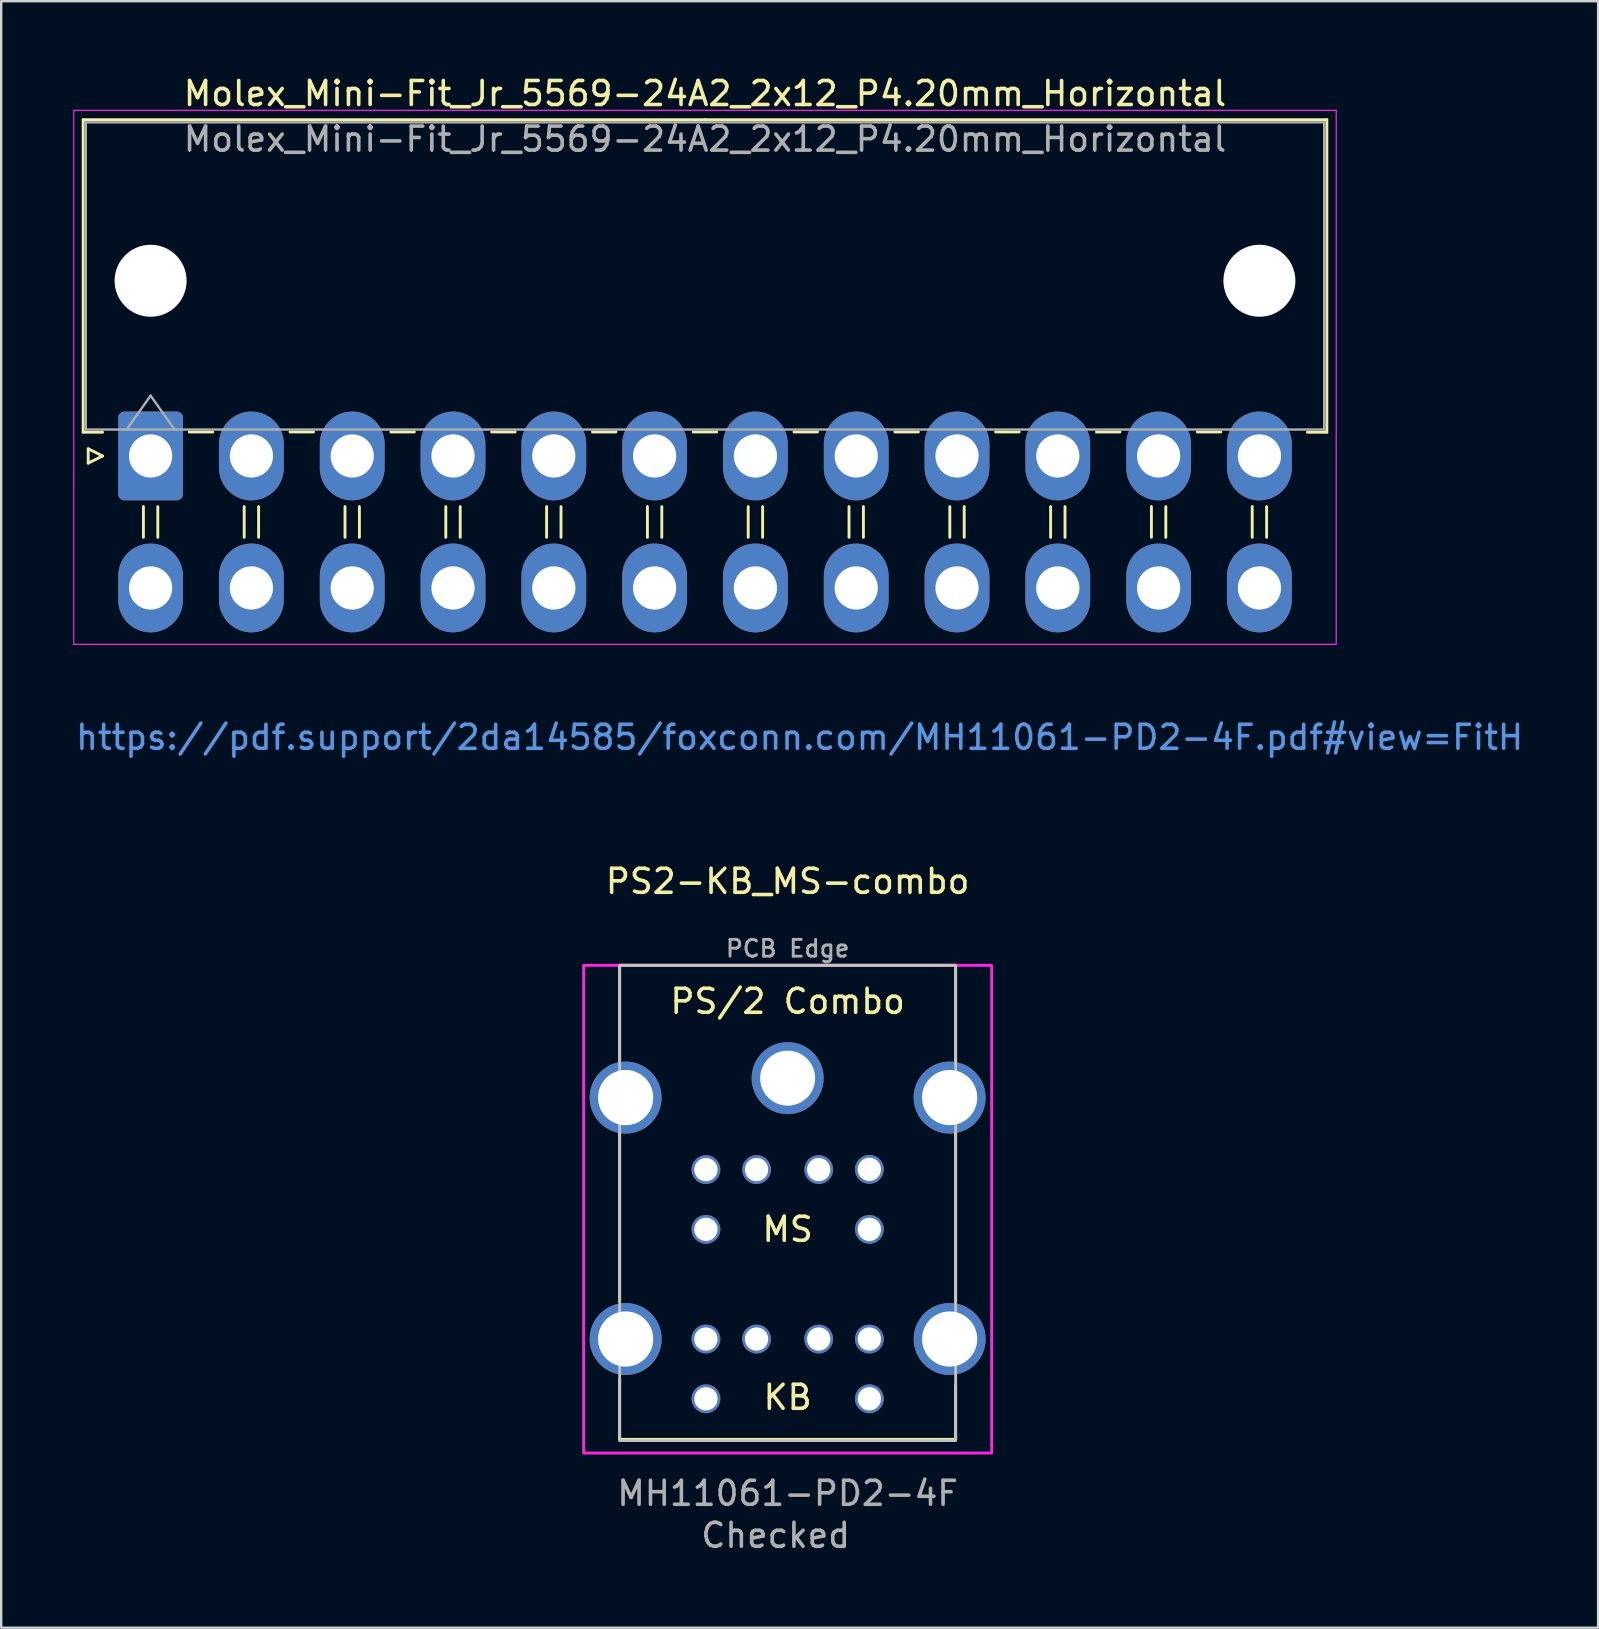
<source format=kicad_pcb>
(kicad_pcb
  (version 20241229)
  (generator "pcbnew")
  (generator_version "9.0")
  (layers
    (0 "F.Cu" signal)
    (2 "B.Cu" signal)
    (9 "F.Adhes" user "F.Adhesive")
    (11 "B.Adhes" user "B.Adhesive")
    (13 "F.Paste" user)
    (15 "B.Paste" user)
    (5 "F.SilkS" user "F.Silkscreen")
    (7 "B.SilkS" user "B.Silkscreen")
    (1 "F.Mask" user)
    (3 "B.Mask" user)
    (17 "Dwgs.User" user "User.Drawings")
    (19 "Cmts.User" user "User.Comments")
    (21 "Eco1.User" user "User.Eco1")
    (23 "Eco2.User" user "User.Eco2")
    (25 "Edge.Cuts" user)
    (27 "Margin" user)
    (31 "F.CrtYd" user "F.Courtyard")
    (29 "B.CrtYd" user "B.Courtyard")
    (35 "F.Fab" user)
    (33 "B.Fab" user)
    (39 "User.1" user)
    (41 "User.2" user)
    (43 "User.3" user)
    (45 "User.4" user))
  (footprint "PS2-KB_MS-combo"
    (layer "F.Cu")
    (at 22.768 37.172)
    (property "Reference" "PS2-KB_MS-combo" (at 7 -3.5 0) (unlocked yes) (layer "F.SilkS") (effects (font (size 1 1) (thickness 0.15))))
    (attr through_hole)
    (fp_line (start 0 0) (end 0 4) (stroke (width 0.12) (type solid)) (layer "F.SilkS"))
    (fp_line (start 0 0) (end 14 0) (stroke (width 0.12) (type solid)) (layer "F.SilkS"))
    (fp_line (start 0 7) (end 0 14) (stroke (width 0.12) (type solid)) (layer "F.SilkS"))
    (fp_line (start 0 17.25) (end 0 19.75) (stroke (width 0.12) (type solid)) (layer "F.SilkS"))
    (fp_line (start 0 19.75) (end 14 19.75) (stroke (width 0.12) (type solid)) (layer "F.SilkS"))
    (fp_line (start 14 0) (end 14 4) (stroke (width 0.12) (type solid)) (layer "F.SilkS"))
    (fp_line (start 14 7) (end 14 14) (stroke (width 0.12) (type solid)) (layer "F.SilkS"))
    (fp_line (start 14 17.5) (end 14 19.75) (stroke (width 0.12) (type solid)) (layer "F.SilkS"))
    (fp_rect (start 0 0) (end 14 19.8) (stroke (width 0.12) (type solid)) (fill no) (layer "Dwgs.User"))
    (fp_rect (start -1.5 0) (end 15.5 20.32) (stroke (width 0.12) (type solid)) (fill no) (layer "F.CrtYd"))
    (fp_text user "MS" (at 7 11 0) (unlocked yes) (layer "F.SilkS") (effects (font (size 1 1) (thickness 0.15))))
    (fp_text user "PS/2 Combo" (at 7 1.5 0) (unlocked yes) (layer "F.SilkS") (effects (font (size 1 1) (thickness 0.15))))
    (fp_text user "KB" (at 7 18 0) (unlocked yes) (layer "F.SilkS") (effects (font (size 1 1) (thickness 0.15))))
    (fp_text user "https://pdf.support/2da14585/foxconn.com/MH11061-PD2-4F.pdf#view=FitH" (at 7.5 -9.5 0) (layer "Cmts.User") (effects (font (size 1 1) (thickness 0.15))))
    (fp_text user "Checked" (at 6.5 23.75 0) (layer "F.Fab") (effects (font (size 1 1) (thickness 0.15))))
    (fp_text user "MH11061-PD2-4F" (at 7 22 0) (layer "F.Fab") (effects (font (size 1 1) (thickness 0.15))))
    (fp_text user "PCB Edge" (at 7 -0.7 0) (unlocked yes) (layer "F.Fab") (effects (font (size 0.7 0.7) (thickness 0.12))))
    (pad "1" thru_hole circle (at 8.295 8.51) (size 1.2 1.2) (drill 0.97) (layers "*.Cu" "*.Mask"))
    (pad "2" thru_hole circle (at 5.705 8.51) (size 1.2 1.2) (drill 0.97) (layers "*.Cu" "*.Mask"))
    (pad "3" thru_hole circle (at 10.405 8.5) (size 1.2 1.2) (drill 0.97) (layers "*.Cu" "*.Mask"))
    (pad "4" thru_hole circle (at 3.595 8.51) (size 1.2 1.2) (drill 0.97) (layers "*.Cu" "*.Mask"))
    (pad "5" thru_hole circle (at 10.405 11) (size 1.2 1.2) (drill 0.97) (layers "*.Cu" "*.Mask"))
    (pad "6" thru_hole circle (at 3.595 11) (size 1.2 1.2) (drill 0.97) (layers "*.Cu" "*.Mask"))
    (pad "7" thru_hole circle (at 8.295 15.57) (size 1.2 1.2) (drill 0.97) (layers "*.Cu" "*.Mask"))
    (pad "8" thru_hole circle (at 5.705 15.57) (size 1.2 1.2) (drill 0.97) (layers "*.Cu" "*.Mask"))
    (pad "9" thru_hole circle (at 10.405 15.57) (size 1.2 1.2) (drill 0.97) (layers "*.Cu" "*.Mask"))
    (pad "10" thru_hole circle (at 3.595 15.57) (size 1.2 1.2) (drill 0.97) (layers "*.Cu" "*.Mask"))
    (pad "11" thru_hole circle (at 10.405 18.06) (size 1.2 1.2) (drill 0.97) (layers "*.Cu" "*.Mask"))
    (pad "12" thru_hole circle (at 3.595 18.06) (size 1.2 1.2) (drill 0.97) (layers "*.Cu" "*.Mask"))
    (pad "13" thru_hole circle (at 7 4.7) (size 3 3) (drill 2.29) (layers "*.Cu" "*.Mask"))
    (pad "14" thru_hole circle (at 0.25 5.51) (size 3 3) (drill 2.3) (layers "*.Cu" "*.Mask"))
    (pad "15" thru_hole circle (at 13.75 5.51) (size 3 3) (drill 2.3) (layers "*.Cu" "*.Mask"))
    (pad "16" thru_hole circle (at 0.25 15.57) (size 3 3) (drill 2.3) (layers "*.Cu" "*.Mask"))
    (pad "17" thru_hole circle (at 13.75 15.57) (size 3 3) (drill 2.3) (layers "*.Cu" "*.Mask")))
  (footprint "Molex_Mini-Fit_Jr_5569-24A2_2x12_P4.20mm_Horizontal"
    (layer "F.Cu")
    (at 3.225 15.948)
    (property "Reference" "Molex_Mini-Fit_Jr_5569-24A2_2x12_P4.20mm_Horizontal" (at 23.1 -15.1 0) (layer "F.SilkS") (effects (font (size 1 1) (thickness 0.15))))
    (attr through_hole)
    (fp_line (start -2.81 -14.01) (end 23.1 -14.01) (stroke (width 0.12) (type solid)) (layer "F.SilkS"))
    (fp_line (start -2.81 -0.99) (end -2.81 -14.01) (stroke (width 0.12) (type solid)) (layer "F.SilkS"))
    (fp_line (start -2.6 -0.3) (end -2 0) (stroke (width 0.12) (type solid)) (layer "F.SilkS"))
    (fp_line (start -2.6 0.3) (end -2.6 -0.3) (stroke (width 0.12) (type solid)) (layer "F.SilkS"))
    (fp_line (start -2 -0.99) (end -2.81 -0.99) (stroke (width 0.12) (type solid)) (layer "F.SilkS"))
    (fp_line (start -2 0) (end -2.6 0.3) (stroke (width 0.12) (type solid)) (layer "F.SilkS"))
    (fp_line (start -0.3 2.11) (end -0.3 3.39) (stroke (width 0.12) (type solid)) (layer "F.SilkS"))
    (fp_line (start 0.3 2.11) (end 0.3 3.39) (stroke (width 0.12) (type solid)) (layer "F.SilkS"))
    (fp_line (start 1.61 -1) (end 2.59 -1) (stroke (width 0.12) (type solid)) (layer "F.SilkS"))
    (fp_line (start 3.9 2.11) (end 3.9 3.39) (stroke (width 0.12) (type solid)) (layer "F.SilkS"))
    (fp_line (start 4.5 2.11) (end 4.5 3.39) (stroke (width 0.12) (type solid)) (layer "F.SilkS"))
    (fp_line (start 5.81 -1) (end 6.79 -1) (stroke (width 0.12) (type solid)) (layer "F.SilkS"))
    (fp_line (start 8.1 2.11) (end 8.1 3.39) (stroke (width 0.12) (type solid)) (layer "F.SilkS"))
    (fp_line (start 8.7 2.11) (end 8.7 3.39) (stroke (width 0.12) (type solid)) (layer "F.SilkS"))
    (fp_line (start 10.01 -1) (end 10.99 -1) (stroke (width 0.12) (type solid)) (layer "F.SilkS"))
    (fp_line (start 12.3 2.11) (end 12.3 3.39) (stroke (width 0.12) (type solid)) (layer "F.SilkS"))
    (fp_line (start 12.9 2.11) (end 12.9 3.39) (stroke (width 0.12) (type solid)) (layer "F.SilkS"))
    (fp_line (start 14.21 -1) (end 15.19 -1) (stroke (width 0.12) (type solid)) (layer "F.SilkS"))
    (fp_line (start 16.5 2.11) (end 16.5 3.39) (stroke (width 0.12) (type solid)) (layer "F.SilkS"))
    (fp_line (start 17.1 2.11) (end 17.1 3.39) (stroke (width 0.12) (type solid)) (layer "F.SilkS"))
    (fp_line (start 18.41 -1) (end 19.39 -1) (stroke (width 0.12) (type solid)) (layer "F.SilkS"))
    (fp_line (start 20.7 2.11) (end 20.7 3.39) (stroke (width 0.12) (type solid)) (layer "F.SilkS"))
    (fp_line (start 21.3 2.11) (end 21.3 3.39) (stroke (width 0.12) (type solid)) (layer "F.SilkS"))
    (fp_line (start 22.61 -1) (end 23.59 -1) (stroke (width 0.12) (type solid)) (layer "F.SilkS"))
    (fp_line (start 24.9 2.11) (end 24.9 3.39) (stroke (width 0.12) (type solid)) (layer "F.SilkS"))
    (fp_line (start 25.5 2.11) (end 25.5 3.39) (stroke (width 0.12) (type solid)) (layer "F.SilkS"))
    (fp_line (start 26.81 -1) (end 27.79 -1) (stroke (width 0.12) (type solid)) (layer "F.SilkS"))
    (fp_line (start 29.1 2.11) (end 29.1 3.39) (stroke (width 0.12) (type solid)) (layer "F.SilkS"))
    (fp_line (start 29.7 2.11) (end 29.7 3.39) (stroke (width 0.12) (type solid)) (layer "F.SilkS"))
    (fp_line (start 31.01 -1) (end 31.99 -1) (stroke (width 0.12) (type solid)) (layer "F.SilkS"))
    (fp_line (start 33.3 2.11) (end 33.3 3.39) (stroke (width 0.12) (type solid)) (layer "F.SilkS"))
    (fp_line (start 33.9 2.11) (end 33.9 3.39) (stroke (width 0.12) (type solid)) (layer "F.SilkS"))
    (fp_line (start 35.21 -1) (end 36.19 -1) (stroke (width 0.12) (type solid)) (layer "F.SilkS"))
    (fp_line (start 37.5 2.11) (end 37.5 3.39) (stroke (width 0.12) (type solid)) (layer "F.SilkS"))
    (fp_line (start 38.1 2.11) (end 38.1 3.39) (stroke (width 0.12) (type solid)) (layer "F.SilkS"))
    (fp_line (start 39.41 -1) (end 40.39 -1) (stroke (width 0.12) (type solid)) (layer "F.SilkS"))
    (fp_line (start 41.7 2.11) (end 41.7 3.39) (stroke (width 0.12) (type solid)) (layer "F.SilkS"))
    (fp_line (start 42.3 2.11) (end 42.3 3.39) (stroke (width 0.12) (type solid)) (layer "F.SilkS"))
    (fp_line (start 43.61 -1) (end 44.59 -1) (stroke (width 0.12) (type solid)) (layer "F.SilkS"))
    (fp_line (start 45.9 2.11) (end 45.9 3.39) (stroke (width 0.12) (type solid)) (layer "F.SilkS"))
    (fp_line (start 46.5 2.11) (end 46.5 3.39) (stroke (width 0.12) (type solid)) (layer "F.SilkS"))
    (fp_line (start 48.2 -0.99) (end 49.01 -0.99) (stroke (width 0.12) (type solid)) (layer "F.SilkS"))
    (fp_line (start 49.01 -14.01) (end 23.1 -14.01) (stroke (width 0.12) (type solid)) (layer "F.SilkS"))
    (fp_line (start 49.01 -0.99) (end 49.01 -14.01) (stroke (width 0.12) (type solid)) (layer "F.SilkS"))
    (fp_line (start -3.2 -14.4) (end -3.2 7.85) (stroke (width 0.05) (type solid)) (layer "F.CrtYd"))
    (fp_line (start -3.2 7.85) (end 49.4 7.85) (stroke (width 0.05) (type solid)) (layer "F.CrtYd"))
    (fp_line (start 49.4 -14.4) (end -3.2 -14.4) (stroke (width 0.05) (type solid)) (layer "F.CrtYd"))
    (fp_line (start 49.4 7.85) (end 49.4 -14.4) (stroke (width 0.05) (type solid)) (layer "F.CrtYd"))
    (fp_line (start -2.7 -13.9) (end -2.7 -1.1) (stroke (width 0.1) (type solid)) (layer "F.Fab"))
    (fp_line (start -2.7 -1.1) (end 48.9 -1.1) (stroke (width 0.1) (type solid)) (layer "F.Fab"))
    (fp_line (start -1 -1.1) (end 0 -2.514) (stroke (width 0.1) (type solid)) (layer "F.Fab"))
    (fp_line (start 0 -2.514) (end 1 -1.1) (stroke (width 0.1) (type solid)) (layer "F.Fab"))
    (fp_line (start 48.9 -13.9) (end -2.7 -13.9) (stroke (width 0.1) (type solid)) (layer "F.Fab"))
    (fp_line (start 48.9 -1.1) (end 48.9 -13.9) (stroke (width 0.1) (type solid)) (layer "F.Fab"))
    (fp_text user "${REFERENCE}" (at 23.1 -13.2 0) (layer "F.Fab") (effects (font (size 1 1) (thickness 0.15))))
    (pad "" np_thru_hole circle (at 0 -7.3) (size 3 3) (drill 3) (layers "*.Cu" "*.Mask"))
    (pad "" np_thru_hole circle (at 46.2 -7.3) (size 3 3) (drill 3) (layers "*.Cu" "*.Mask"))
    (pad "1" thru_hole roundrect (at 0 0) (size 2.7 3.7) (drill 1.8) (layers "*.Cu" "*.Mask") (roundrect_rratio 0.093))
    (pad "2" thru_hole oval (at 4.2 0) (size 2.7 3.7) (drill 1.8) (layers "*.Cu" "*.Mask"))
    (pad "3" thru_hole oval (at 8.4 0) (size 2.7 3.7) (drill 1.8) (layers "*.Cu" "*.Mask"))
    (pad "4" thru_hole oval (at 12.6 0) (size 2.7 3.7) (drill 1.8) (layers "*.Cu" "*.Mask"))
    (pad "5" thru_hole oval (at 16.8 0) (size 2.7 3.7) (drill 1.8) (layers "*.Cu" "*.Mask"))
    (pad "6" thru_hole oval (at 21 0) (size 2.7 3.7) (drill 1.8) (layers "*.Cu" "*.Mask"))
    (pad "7" thru_hole oval (at 25.2 0) (size 2.7 3.7) (drill 1.8) (layers "*.Cu" "*.Mask"))
    (pad "8" thru_hole oval (at 29.4 0) (size 2.7 3.7) (drill 1.8) (layers "*.Cu" "*.Mask"))
    (pad "9" thru_hole oval (at 33.6 0) (size 2.7 3.7) (drill 1.8) (layers "*.Cu" "*.Mask"))
    (pad "10" thru_hole oval (at 37.8 0) (size 2.7 3.7) (drill 1.8) (layers "*.Cu" "*.Mask"))
    (pad "11" thru_hole oval (at 42 0) (size 2.7 3.7) (drill 1.8) (layers "*.Cu" "*.Mask"))
    (pad "12" thru_hole oval (at 46.2 0) (size 2.7 3.7) (drill 1.8) (layers "*.Cu" "*.Mask"))
    (pad "13" thru_hole oval (at 0 5.5) (size 2.7 3.7) (drill 1.8) (layers "*.Cu" "*.Mask"))
    (pad "14" thru_hole oval (at 4.2 5.5) (size 2.7 3.7) (drill 1.8) (layers "*.Cu" "*.Mask"))
    (pad "15" thru_hole oval (at 8.4 5.5) (size 2.7 3.7) (drill 1.8) (layers "*.Cu" "*.Mask"))
    (pad "16" thru_hole oval (at 12.6 5.5) (size 2.7 3.7) (drill 1.8) (layers "*.Cu" "*.Mask"))
    (pad "17" thru_hole oval (at 16.8 5.5) (size 2.7 3.7) (drill 1.8) (layers "*.Cu" "*.Mask"))
    (pad "18" thru_hole oval (at 21 5.5) (size 2.7 3.7) (drill 1.8) (layers "*.Cu" "*.Mask"))
    (pad "19" thru_hole oval (at 25.2 5.5) (size 2.7 3.7) (drill 1.8) (layers "*.Cu" "*.Mask"))
    (pad "20" thru_hole oval (at 29.4 5.5) (size 2.7 3.7) (drill 1.8) (layers "*.Cu" "*.Mask"))
    (pad "21" thru_hole oval (at 33.6 5.5) (size 2.7 3.7) (drill 1.8) (layers "*.Cu" "*.Mask"))
    (pad "22" thru_hole oval (at 37.8 5.5) (size 2.7 3.7) (drill 1.8) (layers "*.Cu" "*.Mask"))
    (pad "23" thru_hole oval (at 42 5.5) (size 2.7 3.7) (drill 1.8) (layers "*.Cu" "*.Mask"))
    (pad "24" thru_hole oval (at 46.2 5.5) (size 2.7 3.7) (drill 1.8) (layers "*.Cu" "*.Mask")))
  (gr_rect
    (start -3 -3)
    (end 63.536 64.77)
    (stroke (width 0.1) (type default))
    (fill no)
    (layer "Edge.Cuts")))
</source>
